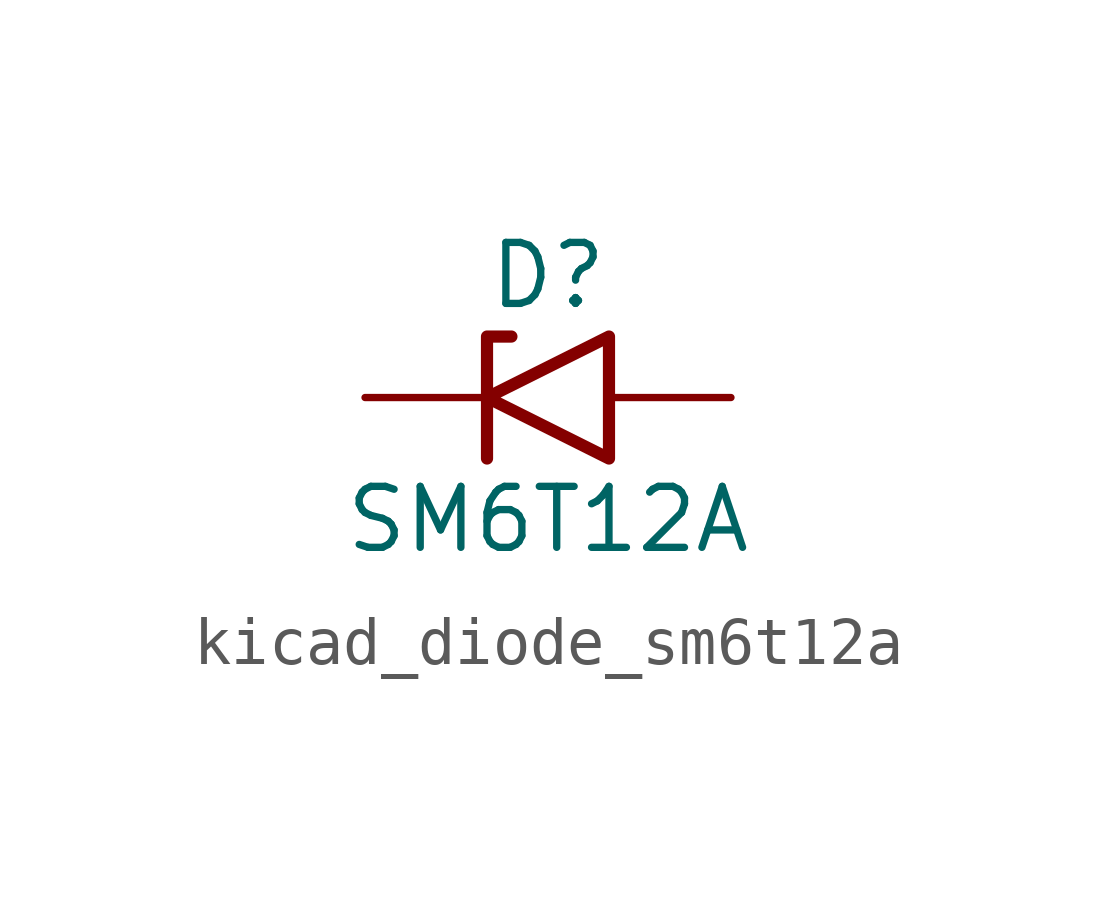
<source format=kicad_sym>
(kicad_symbol_lib
  (version 20220914)
  (generator kicad_symbol_editor)
  (symbol "kicad_diode_sm6t12a"
    (pin_numbers hide)
    (pin_names
      (offset 1.016) hide)
    (property "Reference" "D"
      (at 0 2.54 0)
      (effects (font (size 1.27 1.27))))
    (property "Value" "SM6T12A"
      (at 0 -2.54 0)
      (effects (font (size 1.27 1.27))))
    (symbol "kicad_diode_sm6t12a_0_1"
      (polyline (pts (xy -0.762 1.27) (xy -1.27 1.27) (xy -1.27 -1.27)) (stroke (width 0.254) (type default)) (fill (type none)))
      (polyline (pts (xy 1.27 1.27) (xy 1.27 -1.27) (xy -1.27 0) (xy 1.27 1.27)) (stroke (width 0.254) (type default)) (fill (type none))))
    (symbol "kicad_diode_sm6t12a_1_1"
      (pin passive line (at -3.81 0 0) (length 2.54) (name "A1" (effects (font (size 1.27 1.27)))) (number "1" (effects (font (size 1.27 1.27)))))
      (pin passive line (at 3.81 0 180) (length 2.54) (name "A2" (effects (font (size 1.27 1.27)))) (number "2" (effects (font (size 1.27 1.27))))))))
</source>
